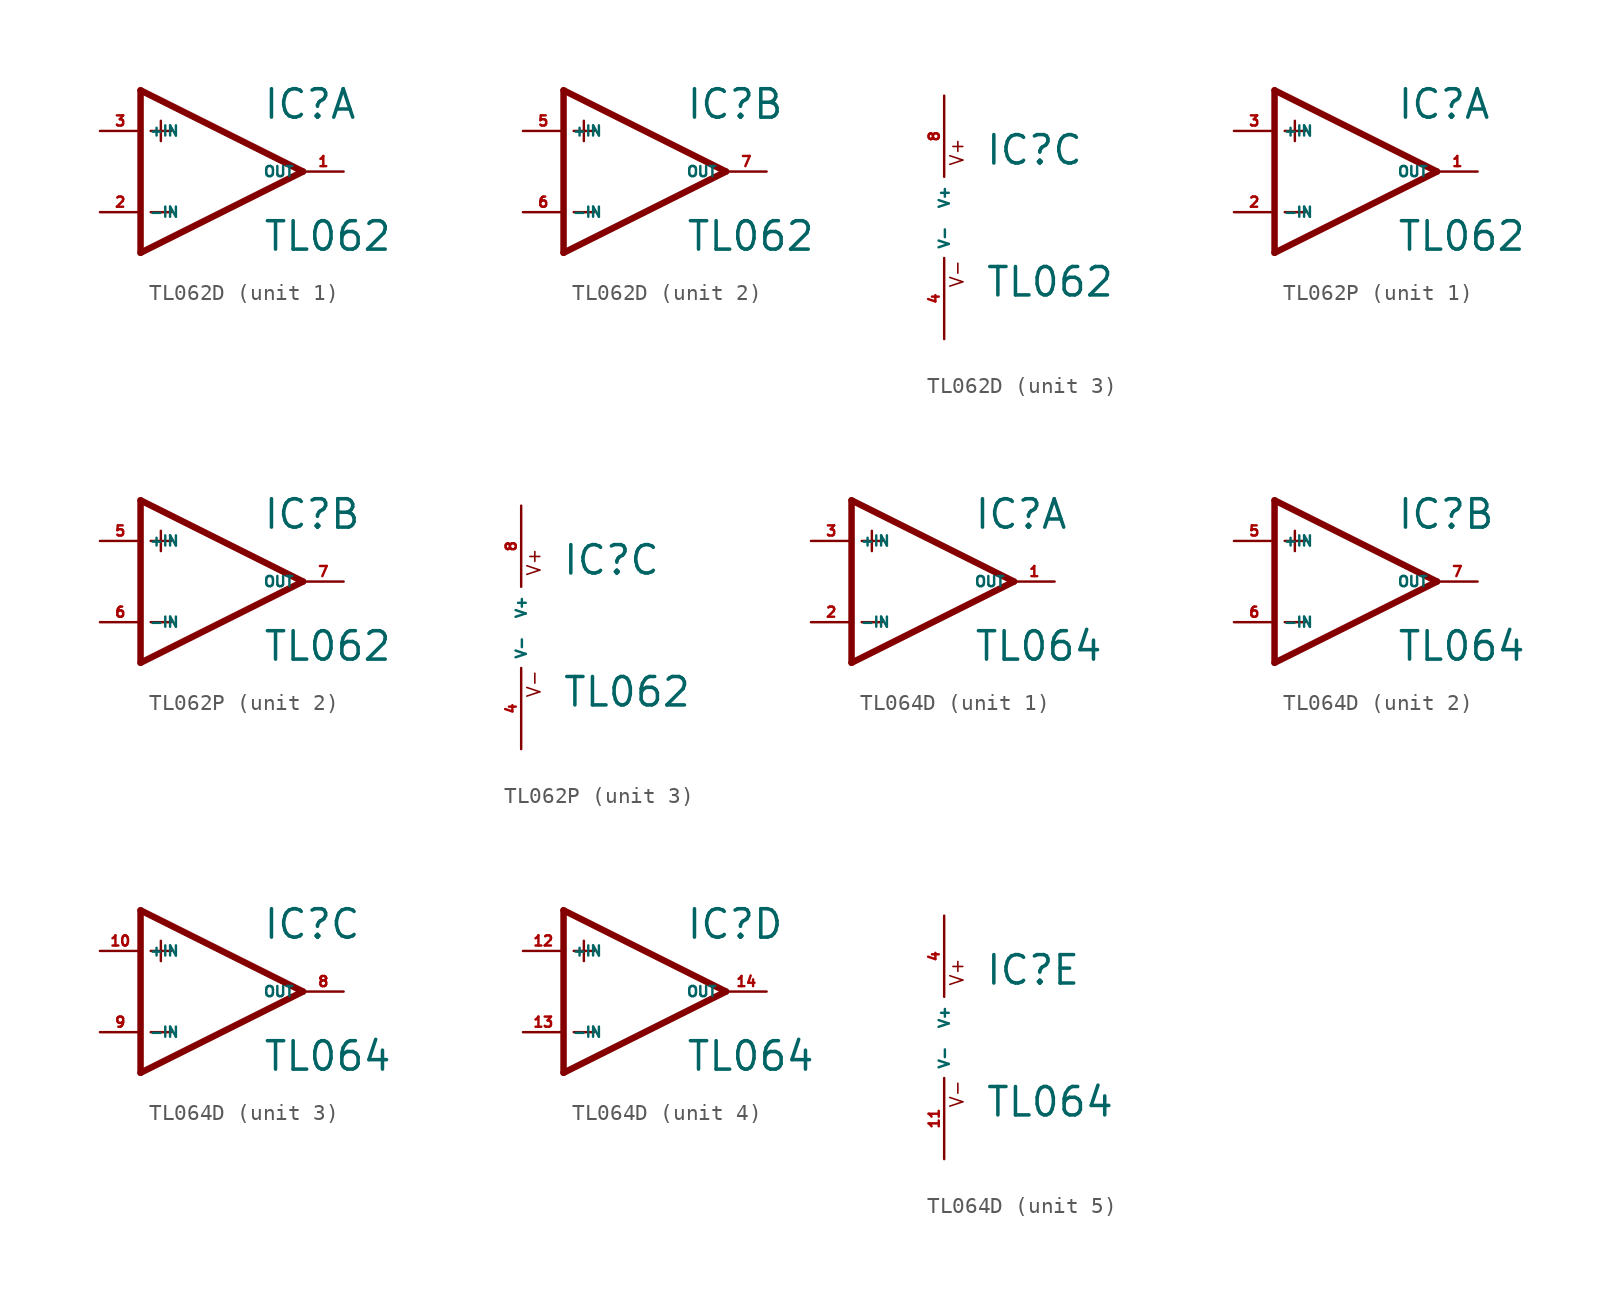
<source format=kicad_sym>
(kicad_symbol_lib
  (version 20220914)
  (generator Eagle2Kicad)
  (symbol "TL062D"
    (property "Reference" "IC"
      (at 2.54 3.175 0)
      (effects (font (size 1.778 1.778) (thickness 0.22)) (justify left bottom)))
    (property "Value" "TL062"
      (at 2.54 -5.08 0)
      (effects (font (size 1.778 1.778) (thickness 0.22)) (justify left bottom)))
    (symbol "TL062D_1_0"
      (polyline (pts (xy -5.08 5.08) (xy -5.08 -5.08)) (stroke (width 0.406) (type default)) (fill (type none)))
      (polyline (pts (xy -5.08 -5.08) (xy 5.08 0)) (stroke (width 0.406) (type default)) (fill (type none)))
      (polyline (pts (xy 5.08 0) (xy -5.08 5.08)) (stroke (width 0.406) (type default)) (fill (type none)))
      (polyline (pts (xy -3.81 3.175) (xy -3.81 1.905)) (stroke (width 0.152) (type default)) (fill (type none)))
      (polyline (pts (xy -4.445 2.54) (xy -3.175 2.54)) (stroke (width 0.152) (type default)) (fill (type none)))
      (polyline (pts (xy -4.445 -2.54) (xy -3.175 -2.54)) (stroke (width 0.152) (type default)) (fill (type none)))
      (pin input line (at -7.62 -2.54 0) (length 2.54) (name "-IN" (effects (font (size 0.635 0.635) (thickness 0.08)) (justify left bottom))) (number "2" (effects (font (size 0.635 0.635) (thickness 0.08)) (justify left bottom))))
      (pin input line (at -7.62 2.54 0) (length 2.54) (name "+IN" (effects (font (size 0.635 0.635) (thickness 0.08)) (justify left bottom))) (number "3" (effects (font (size 0.635 0.635) (thickness 0.08)) (justify left bottom))))
      (pin output line (at 7.62 0 180) (length 2.54) (name "OUT" (effects (font (size 0.635 0.635) (thickness 0.08)) (justify left bottom))) (number "1" (effects (font (size 0.635 0.635) (thickness 0.08)) (justify left bottom)))))
    (symbol "TL062D_2_0"
      (polyline (pts (xy -5.08 5.08) (xy -5.08 -5.08)) (stroke (width 0.406) (type default)) (fill (type none)))
      (polyline (pts (xy -5.08 -5.08) (xy 5.08 0)) (stroke (width 0.406) (type default)) (fill (type none)))
      (polyline (pts (xy 5.08 0) (xy -5.08 5.08)) (stroke (width 0.406) (type default)) (fill (type none)))
      (polyline (pts (xy -3.81 3.175) (xy -3.81 1.905)) (stroke (width 0.152) (type default)) (fill (type none)))
      (polyline (pts (xy -4.445 2.54) (xy -3.175 2.54)) (stroke (width 0.152) (type default)) (fill (type none)))
      (polyline (pts (xy -4.445 -2.54) (xy -3.175 -2.54)) (stroke (width 0.152) (type default)) (fill (type none)))
      (pin input line (at -7.62 -2.54 0) (length 2.54) (name "-IN" (effects (font (size 0.635 0.635) (thickness 0.08)) (justify left bottom))) (number "6" (effects (font (size 0.635 0.635) (thickness 0.08)) (justify left bottom))))
      (pin input line (at -7.62 2.54 0) (length 2.54) (name "+IN" (effects (font (size 0.635 0.635) (thickness 0.08)) (justify left bottom))) (number "5" (effects (font (size 0.635 0.635) (thickness 0.08)) (justify left bottom))))
      (pin output line (at 7.62 0 180) (length 2.54) (name "OUT" (effects (font (size 0.635 0.635) (thickness 0.08)) (justify left bottom))) (number "7" (effects (font (size 0.635 0.635) (thickness 0.08)) (justify left bottom)))))
    (symbol "TL062D_3_0"
      (text "V+" (at 1.27 3.175 900) (effects (font (size 0.813 0.813) (thickness 0.10)) (justify left bottom)))
      (text "V-" (at 1.27 -4.445 900) (effects (font (size 0.813 0.813) (thickness 0.10)) (justify left bottom)))
      (pin unspecified line (at 0 7.62 270) (length 5.08) (name "V+" (effects (font (size 0.635 0.635) (thickness 0.08)) (justify left bottom))) (number "8" (effects (font (size 0.635 0.635) (thickness 0.08)) (justify left bottom))))
      (pin unspecified line (at 0 -7.62 90) (length 5.08) (name "V-" (effects (font (size 0.635 0.635) (thickness 0.08)) (justify left bottom))) (number "4" (effects (font (size 0.635 0.635) (thickness 0.08)) (justify left bottom))))))
  (symbol "TL062P"
    (property "Reference" "IC"
      (at 2.54 3.175 0)
      (effects (font (size 1.778 1.778) (thickness 0.22)) (justify left bottom)))
    (property "Value" "TL062"
      (at 2.54 -5.08 0)
      (effects (font (size 1.778 1.778) (thickness 0.22)) (justify left bottom)))
    (symbol "TL062P_1_0"
      (polyline (pts (xy -5.08 5.08) (xy -5.08 -5.08)) (stroke (width 0.406) (type default)) (fill (type none)))
      (polyline (pts (xy -5.08 -5.08) (xy 5.08 0)) (stroke (width 0.406) (type default)) (fill (type none)))
      (polyline (pts (xy 5.08 0) (xy -5.08 5.08)) (stroke (width 0.406) (type default)) (fill (type none)))
      (polyline (pts (xy -3.81 3.175) (xy -3.81 1.905)) (stroke (width 0.152) (type default)) (fill (type none)))
      (polyline (pts (xy -4.445 2.54) (xy -3.175 2.54)) (stroke (width 0.152) (type default)) (fill (type none)))
      (polyline (pts (xy -4.445 -2.54) (xy -3.175 -2.54)) (stroke (width 0.152) (type default)) (fill (type none)))
      (pin input line (at -7.62 -2.54 0) (length 2.54) (name "-IN" (effects (font (size 0.635 0.635) (thickness 0.08)) (justify left bottom))) (number "2" (effects (font (size 0.635 0.635) (thickness 0.08)) (justify left bottom))))
      (pin input line (at -7.62 2.54 0) (length 2.54) (name "+IN" (effects (font (size 0.635 0.635) (thickness 0.08)) (justify left bottom))) (number "3" (effects (font (size 0.635 0.635) (thickness 0.08)) (justify left bottom))))
      (pin output line (at 7.62 0 180) (length 2.54) (name "OUT" (effects (font (size 0.635 0.635) (thickness 0.08)) (justify left bottom))) (number "1" (effects (font (size 0.635 0.635) (thickness 0.08)) (justify left bottom)))))
    (symbol "TL062P_2_0"
      (polyline (pts (xy -5.08 5.08) (xy -5.08 -5.08)) (stroke (width 0.406) (type default)) (fill (type none)))
      (polyline (pts (xy -5.08 -5.08) (xy 5.08 0)) (stroke (width 0.406) (type default)) (fill (type none)))
      (polyline (pts (xy 5.08 0) (xy -5.08 5.08)) (stroke (width 0.406) (type default)) (fill (type none)))
      (polyline (pts (xy -3.81 3.175) (xy -3.81 1.905)) (stroke (width 0.152) (type default)) (fill (type none)))
      (polyline (pts (xy -4.445 2.54) (xy -3.175 2.54)) (stroke (width 0.152) (type default)) (fill (type none)))
      (polyline (pts (xy -4.445 -2.54) (xy -3.175 -2.54)) (stroke (width 0.152) (type default)) (fill (type none)))
      (pin input line (at -7.62 -2.54 0) (length 2.54) (name "-IN" (effects (font (size 0.635 0.635) (thickness 0.08)) (justify left bottom))) (number "6" (effects (font (size 0.635 0.635) (thickness 0.08)) (justify left bottom))))
      (pin input line (at -7.62 2.54 0) (length 2.54) (name "+IN" (effects (font (size 0.635 0.635) (thickness 0.08)) (justify left bottom))) (number "5" (effects (font (size 0.635 0.635) (thickness 0.08)) (justify left bottom))))
      (pin output line (at 7.62 0 180) (length 2.54) (name "OUT" (effects (font (size 0.635 0.635) (thickness 0.08)) (justify left bottom))) (number "7" (effects (font (size 0.635 0.635) (thickness 0.08)) (justify left bottom)))))
    (symbol "TL062P_3_0"
      (text "V+" (at 1.27 3.175 900) (effects (font (size 0.813 0.813) (thickness 0.10)) (justify left bottom)))
      (text "V-" (at 1.27 -4.445 900) (effects (font (size 0.813 0.813) (thickness 0.10)) (justify left bottom)))
      (pin unspecified line (at 0 7.62 270) (length 5.08) (name "V+" (effects (font (size 0.635 0.635) (thickness 0.08)) (justify left bottom))) (number "8" (effects (font (size 0.635 0.635) (thickness 0.08)) (justify left bottom))))
      (pin unspecified line (at 0 -7.62 90) (length 5.08) (name "V-" (effects (font (size 0.635 0.635) (thickness 0.08)) (justify left bottom))) (number "4" (effects (font (size 0.635 0.635) (thickness 0.08)) (justify left bottom))))))
  (symbol "TL064D"
    (property "Reference" "IC"
      (at 2.54 3.175 0)
      (effects (font (size 1.778 1.778) (thickness 0.22)) (justify left bottom)))
    (property "Value" "TL064"
      (at 2.54 -5.08 0)
      (effects (font (size 1.778 1.778) (thickness 0.22)) (justify left bottom)))
    (symbol "TL064D_1_0"
      (polyline (pts (xy -5.08 5.08) (xy -5.08 -5.08)) (stroke (width 0.406) (type default)) (fill (type none)))
      (polyline (pts (xy -5.08 -5.08) (xy 5.08 0)) (stroke (width 0.406) (type default)) (fill (type none)))
      (polyline (pts (xy 5.08 0) (xy -5.08 5.08)) (stroke (width 0.406) (type default)) (fill (type none)))
      (polyline (pts (xy -3.81 3.175) (xy -3.81 1.905)) (stroke (width 0.152) (type default)) (fill (type none)))
      (polyline (pts (xy -4.445 2.54) (xy -3.175 2.54)) (stroke (width 0.152) (type default)) (fill (type none)))
      (polyline (pts (xy -4.445 -2.54) (xy -3.175 -2.54)) (stroke (width 0.152) (type default)) (fill (type none)))
      (pin input line (at -7.62 -2.54 0) (length 2.54) (name "-IN" (effects (font (size 0.635 0.635) (thickness 0.08)) (justify left bottom))) (number "2" (effects (font (size 0.635 0.635) (thickness 0.08)) (justify left bottom))))
      (pin input line (at -7.62 2.54 0) (length 2.54) (name "+IN" (effects (font (size 0.635 0.635) (thickness 0.08)) (justify left bottom))) (number "3" (effects (font (size 0.635 0.635) (thickness 0.08)) (justify left bottom))))
      (pin output line (at 7.62 0 180) (length 2.54) (name "OUT" (effects (font (size 0.635 0.635) (thickness 0.08)) (justify left bottom))) (number "1" (effects (font (size 0.635 0.635) (thickness 0.08)) (justify left bottom)))))
    (symbol "TL064D_2_0"
      (polyline (pts (xy -5.08 5.08) (xy -5.08 -5.08)) (stroke (width 0.406) (type default)) (fill (type none)))
      (polyline (pts (xy -5.08 -5.08) (xy 5.08 0)) (stroke (width 0.406) (type default)) (fill (type none)))
      (polyline (pts (xy 5.08 0) (xy -5.08 5.08)) (stroke (width 0.406) (type default)) (fill (type none)))
      (polyline (pts (xy -3.81 3.175) (xy -3.81 1.905)) (stroke (width 0.152) (type default)) (fill (type none)))
      (polyline (pts (xy -4.445 2.54) (xy -3.175 2.54)) (stroke (width 0.152) (type default)) (fill (type none)))
      (polyline (pts (xy -4.445 -2.54) (xy -3.175 -2.54)) (stroke (width 0.152) (type default)) (fill (type none)))
      (pin input line (at -7.62 -2.54 0) (length 2.54) (name "-IN" (effects (font (size 0.635 0.635) (thickness 0.08)) (justify left bottom))) (number "6" (effects (font (size 0.635 0.635) (thickness 0.08)) (justify left bottom))))
      (pin input line (at -7.62 2.54 0) (length 2.54) (name "+IN" (effects (font (size 0.635 0.635) (thickness 0.08)) (justify left bottom))) (number "5" (effects (font (size 0.635 0.635) (thickness 0.08)) (justify left bottom))))
      (pin output line (at 7.62 0 180) (length 2.54) (name "OUT" (effects (font (size 0.635 0.635) (thickness 0.08)) (justify left bottom))) (number "7" (effects (font (size 0.635 0.635) (thickness 0.08)) (justify left bottom)))))
    (symbol "TL064D_3_0"
      (polyline (pts (xy -5.08 5.08) (xy -5.08 -5.08)) (stroke (width 0.406) (type default)) (fill (type none)))
      (polyline (pts (xy -5.08 -5.08) (xy 5.08 0)) (stroke (width 0.406) (type default)) (fill (type none)))
      (polyline (pts (xy 5.08 0) (xy -5.08 5.08)) (stroke (width 0.406) (type default)) (fill (type none)))
      (polyline (pts (xy -3.81 3.175) (xy -3.81 1.905)) (stroke (width 0.152) (type default)) (fill (type none)))
      (polyline (pts (xy -4.445 2.54) (xy -3.175 2.54)) (stroke (width 0.152) (type default)) (fill (type none)))
      (polyline (pts (xy -4.445 -2.54) (xy -3.175 -2.54)) (stroke (width 0.152) (type default)) (fill (type none)))
      (pin input line (at -7.62 -2.54 0) (length 2.54) (name "-IN" (effects (font (size 0.635 0.635) (thickness 0.08)) (justify left bottom))) (number "9" (effects (font (size 0.635 0.635) (thickness 0.08)) (justify left bottom))))
      (pin input line (at -7.62 2.54 0) (length 2.54) (name "+IN" (effects (font (size 0.635 0.635) (thickness 0.08)) (justify left bottom))) (number "10" (effects (font (size 0.635 0.635) (thickness 0.08)) (justify left bottom))))
      (pin output line (at 7.62 0 180) (length 2.54) (name "OUT" (effects (font (size 0.635 0.635) (thickness 0.08)) (justify left bottom))) (number "8" (effects (font (size 0.635 0.635) (thickness 0.08)) (justify left bottom)))))
    (symbol "TL064D_4_0"
      (polyline (pts (xy -5.08 5.08) (xy -5.08 -5.08)) (stroke (width 0.406) (type default)) (fill (type none)))
      (polyline (pts (xy -5.08 -5.08) (xy 5.08 0)) (stroke (width 0.406) (type default)) (fill (type none)))
      (polyline (pts (xy 5.08 0) (xy -5.08 5.08)) (stroke (width 0.406) (type default)) (fill (type none)))
      (polyline (pts (xy -3.81 3.175) (xy -3.81 1.905)) (stroke (width 0.152) (type default)) (fill (type none)))
      (polyline (pts (xy -4.445 2.54) (xy -3.175 2.54)) (stroke (width 0.152) (type default)) (fill (type none)))
      (polyline (pts (xy -4.445 -2.54) (xy -3.175 -2.54)) (stroke (width 0.152) (type default)) (fill (type none)))
      (pin input line (at -7.62 -2.54 0) (length 2.54) (name "-IN" (effects (font (size 0.635 0.635) (thickness 0.08)) (justify left bottom))) (number "13" (effects (font (size 0.635 0.635) (thickness 0.08)) (justify left bottom))))
      (pin input line (at -7.62 2.54 0) (length 2.54) (name "+IN" (effects (font (size 0.635 0.635) (thickness 0.08)) (justify left bottom))) (number "12" (effects (font (size 0.635 0.635) (thickness 0.08)) (justify left bottom))))
      (pin output line (at 7.62 0 180) (length 2.54) (name "OUT" (effects (font (size 0.635 0.635) (thickness 0.08)) (justify left bottom))) (number "14" (effects (font (size 0.635 0.635) (thickness 0.08)) (justify left bottom)))))
    (symbol "TL064D_5_0"
      (text "V+" (at 1.27 3.175 900) (effects (font (size 0.813 0.813) (thickness 0.10)) (justify left bottom)))
      (text "V-" (at 1.27 -4.445 900) (effects (font (size 0.813 0.813) (thickness 0.10)) (justify left bottom)))
      (pin unspecified line (at 0 7.62 270) (length 5.08) (name "V+" (effects (font (size 0.635 0.635) (thickness 0.08)) (justify left bottom))) (number "4" (effects (font (size 0.635 0.635) (thickness 0.08)) (justify left bottom))))
      (pin unspecified line (at 0 -7.62 90) (length 5.08) (name "V-" (effects (font (size 0.635 0.635) (thickness 0.08)) (justify left bottom))) (number "11" (effects (font (size 0.635 0.635) (thickness 0.08)) (justify left bottom)))))))
</source>
